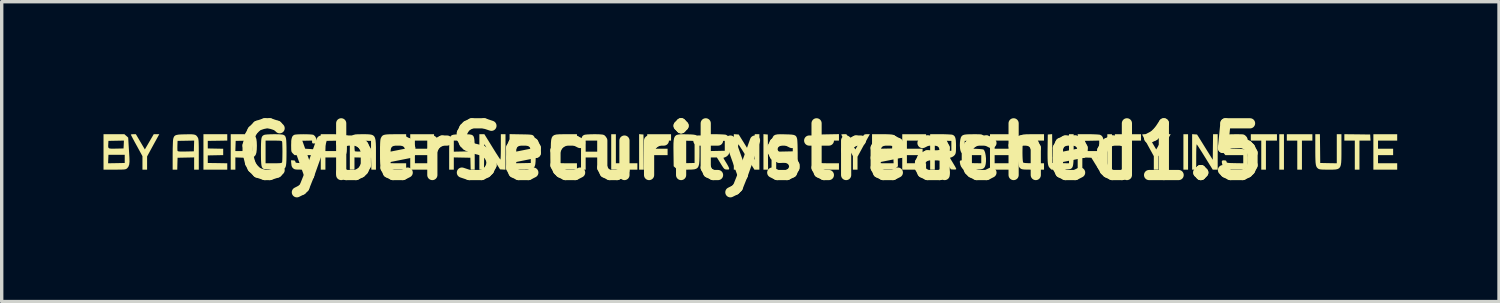
<source format=kicad_pcb>
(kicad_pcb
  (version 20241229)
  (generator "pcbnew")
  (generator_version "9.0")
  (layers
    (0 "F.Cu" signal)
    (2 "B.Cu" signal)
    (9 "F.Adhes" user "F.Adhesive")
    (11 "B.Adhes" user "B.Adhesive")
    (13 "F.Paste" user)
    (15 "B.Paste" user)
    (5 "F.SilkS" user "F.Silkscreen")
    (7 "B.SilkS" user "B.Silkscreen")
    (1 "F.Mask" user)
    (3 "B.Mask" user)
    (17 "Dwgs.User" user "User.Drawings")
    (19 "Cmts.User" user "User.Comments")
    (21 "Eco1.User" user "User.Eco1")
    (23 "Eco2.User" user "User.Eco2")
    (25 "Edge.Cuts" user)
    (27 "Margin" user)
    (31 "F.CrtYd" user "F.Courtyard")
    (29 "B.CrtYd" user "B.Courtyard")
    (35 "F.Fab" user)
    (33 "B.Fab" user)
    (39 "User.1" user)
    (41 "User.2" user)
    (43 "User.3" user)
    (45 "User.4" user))
  (footprint "CyberSecuritystreached1.5"
    (layer "F.Cu")
    (at 19.05 1.418)
    (property "Reference" "CyberSecuritystreached1.5" (at 0 0 0) (layer "F.SilkS") (effects (font (size 1.524 1.524) (thickness 0.3))))
    (attr board_only exclude_from_pos_files exclude_from_bom)
    (fp_poly (pts (xy 10.663 0.531) (xy 10.526 0.531) (xy 10.526 -0.513) (xy 10.663 -0.513)) (stroke (width 0) (type solid)) (fill yes) (layer "F.SilkS"))
    (fp_poly (pts (xy 12.905 0.531) (xy 12.768 0.531) (xy 12.768 -0.513) (xy 12.905 -0.513)) (stroke (width 0) (type solid)) (fill yes) (layer "F.SilkS"))
    (fp_poly (pts (xy 15.73 0.531) (xy 15.593 0.531) (xy 15.593 -0.513) (xy 15.73 -0.513)) (stroke (width 0) (type solid)) (fill yes) (layer "F.SilkS"))
    (fp_poly (pts (xy -3.954 0.342) (xy -3.32 0.342) (xy -3.32 0.531) (xy -4.091 0.531) (xy -4.091 -0.513) (xy -3.954 -0.513)) (stroke (width 0) (type solid)) (fill yes) (layer "F.SilkS"))
    (fp_poly (pts (xy -3.205 -0.51) (xy -3.141 -0.505) (xy -3.136 0.013) (xy -3.132 0.531) (xy -3.269 0.531) (xy -3.269 -0.516)) (stroke (width 0) (type solid)) (fill yes) (layer "F.SilkS"))
    (fp_poly (pts (xy 0.458 -0.51) (xy 0.522 -0.505) (xy 0.527 0.013) (xy 0.531 0.531) (xy 0.394 0.531) (xy 0.394 -0.516)) (stroke (width 0) (type solid)) (fill yes) (layer "F.SilkS"))
    (fp_poly (pts (xy 11.519 -0.325) (xy 11.194 -0.325) (xy 11.194 0.531) (xy 11.057 0.531) (xy 11.057 -0.325) (xy 10.749 -0.325) (xy 10.749 -0.513) (xy 11.519 -0.513)) (stroke (width 0) (type solid)) (fill yes) (layer "F.SilkS"))
    (fp_poly (pts (xy 15.524 -0.325) (xy 15.199 -0.325) (xy 15.199 0.531) (xy 15.062 0.531) (xy 15.062 -0.325) (xy 14.754 -0.325) (xy 14.754 -0.513) (xy 15.524 -0.513)) (stroke (width 0) (type solid)) (fill yes) (layer "F.SilkS"))
    (fp_poly (pts (xy 16.568 -0.325) (xy 16.26 -0.325) (xy 16.26 0.531) (xy 16.123 0.531) (xy 16.123 -0.325) (xy 15.815 -0.325) (xy 15.815 -0.513) (xy 16.568 -0.513)) (stroke (width 0) (type solid)) (fill yes) (layer "F.SilkS"))
    (fp_poly (pts (xy -2.328 -0.325) (xy -2.893 -0.325) (xy -2.893 -0.086) (xy -2.43 -0.086) (xy -2.43 0.103) (xy -2.893 0.103) (xy -2.893 0.531) (xy -3.03 0.531) (xy -3.03 -0.513) (xy -2.328 -0.513)) (stroke (width 0) (type solid)) (fill yes) (layer "F.SilkS"))
    (fp_poly (pts (xy 17.89 -0.51) (xy 18.271 -0.505) (xy 18.276 -0.415) (xy 18.282 -0.325) (xy 17.955 -0.325) (xy 17.955 0.531) (xy 17.818 0.531) (xy 17.818 -0.325) (xy 17.51 -0.325) (xy 17.51 -0.514)) (stroke (width 0) (type solid)) (fill yes) (layer "F.SilkS"))
    (fp_poly (pts (xy -9.311 -0.325) (xy -9.876 -0.325) (xy -9.876 -0.086) (xy -9.431 -0.086) (xy -9.431 0.103) (xy -9.876 0.103) (xy -9.876 0.342) (xy -9.311 0.342) (xy -9.311 0.531) (xy -10.013 0.531) (xy -10.013 -0.513) (xy -9.311 -0.513)) (stroke (width 0) (type solid)) (fill yes) (layer "F.SilkS"))
    (fp_poly (pts (xy 5.186 -0.325) (xy 4.621 -0.325) (xy 4.621 -0.086) (xy 5.083 -0.086) (xy 5.083 0.103) (xy 4.621 0.103) (xy 4.621 0.342) (xy 5.186 0.342) (xy 5.186 0.531) (xy 4.484 0.531) (xy 4.484 -0.513) (xy 5.186 -0.513)) (stroke (width 0) (type solid)) (fill yes) (layer "F.SilkS"))
    (fp_poly (pts (xy 7.771 -0.325) (xy 7.206 -0.325) (xy 7.206 -0.086) (xy 7.668 -0.086) (xy 7.668 0.103) (xy 7.206 0.103) (xy 7.206 0.342) (xy 7.771 0.342) (xy 7.771 0.531) (xy 7.069 0.531) (xy 7.069 -0.513) (xy 7.771 -0.513)) (stroke (width 0) (type solid)) (fill yes) (layer "F.SilkS"))
    (fp_poly (pts (xy 19.067 -0.325) (xy 18.502 -0.325) (xy 18.502 -0.086) (xy 18.947 -0.086) (xy 18.947 0.103) (xy 18.502 0.103) (xy 18.502 0.342) (xy 19.067 0.342) (xy 19.067 0.531) (xy 18.365 0.531) (xy 18.365 -0.513) (xy 19.067 -0.513)) (stroke (width 0) (type solid)) (fill yes) (layer "F.SilkS"))
    (fp_poly (pts (xy -15.404 -0.326) (xy -15.691 -0.321) (xy -15.978 -0.317) (xy -15.978 -0.094) (xy -15.524 -0.085) (xy -15.524 0.102) (xy -15.978 0.111) (xy -15.978 0.334) (xy -15.691 0.338) (xy -15.404 0.343) (xy -15.404 0.531) (xy -16.106 0.531) (xy -16.106 -0.513) (xy -15.404 -0.513)) (stroke (width 0) (type solid)) (fill yes) (layer "F.SilkS"))
    (fp_poly (pts (xy -17.832 -0.065) (xy -17.571 -0.513) (xy -17.407 -0.513) (xy -17.457 -0.424) (xy -17.483 -0.376) (xy -17.521 -0.307) (xy -17.567 -0.224) (xy -17.616 -0.134) (xy -17.637 -0.096) (xy -17.766 0.142) (xy -17.766 0.531) (xy -17.903 0.531) (xy -17.903 0.133) (xy -18.074 -0.18) (xy -18.126 -0.274) (xy -18.171 -0.357) (xy -18.207 -0.426) (xy -18.233 -0.476) (xy -18.245 -0.501) (xy -18.246 -0.503) (xy -18.23 -0.509) (xy -18.192 -0.513) (xy -18.171 -0.513) (xy -18.096 -0.513)) (stroke (width 0) (type solid)) (fill yes) (layer "F.SilkS"))
    (fp_poly (pts (xy -7.6 -0.145) (xy -7.538 -0.044) (xy -7.481 0.047) (xy -7.431 0.124) (xy -7.393 0.183) (xy -7.367 0.221) (xy -7.358 0.232) (xy -7.353 0.219) (xy -7.349 0.176) (xy -7.346 0.107) (xy -7.344 0.017) (xy -7.343 -0.09) (xy -7.343 -0.136) (xy -7.343 -0.513) (xy -7.206 -0.513) (xy -7.206 0.532) (xy -7.286 0.527) (xy -7.367 0.522) (xy -7.831 -0.223) (xy -7.835 0.154) (xy -7.84 0.531) (xy -7.976 0.531) (xy -7.976 -0.513) (xy -7.828 -0.513)) (stroke (width 0) (type solid)) (fill yes) (layer "F.SilkS"))
    (fp_poly (pts (xy 11.967 -0.065) (xy 12.228 -0.513) (xy 12.392 -0.513) (xy 12.342 -0.424) (xy 12.316 -0.376) (xy 12.278 -0.307) (xy 12.232 -0.224) (xy 12.183 -0.134) (xy 12.162 -0.096) (xy 12.032 0.142) (xy 12.032 0.531) (xy 11.896 0.531) (xy 11.896 0.133) (xy 11.724 -0.18) (xy 11.673 -0.274) (xy 11.628 -0.357) (xy 11.592 -0.426) (xy 11.566 -0.476) (xy 11.554 -0.501) (xy 11.553 -0.503) (xy 11.569 -0.509) (xy 11.607 -0.513) (xy 11.628 -0.513) (xy 11.703 -0.513)) (stroke (width 0) (type solid)) (fill yes) (layer "F.SilkS"))
    (fp_poly (pts (xy 13.098 -0.51) (xy 13.17 -0.505) (xy 13.402 -0.132) (xy 13.633 0.24) (xy 13.637 -0.137) (xy 13.642 -0.513) (xy 13.778 -0.513) (xy 13.778 0.531) (xy 13.632 0.531) (xy 13.404 0.163) (xy 13.341 0.062) (xy 13.284 -0.029) (xy 13.234 -0.106) (xy 13.196 -0.166) (xy 13.17 -0.203) (xy 13.161 -0.215) (xy 13.156 -0.202) (xy 13.152 -0.158) (xy 13.148 -0.087) (xy 13.146 0.008) (xy 13.145 0.122) (xy 13.145 0.153) (xy 13.145 0.531) (xy 13.025 0.531) (xy 13.025 -0.515)) (stroke (width 0) (type solid)) (fill yes) (layer "F.SilkS"))
    (fp_poly (pts (xy -0.407 -0.51) (xy -0.334 -0.505) (xy -0.103 -0.133) (xy 0.128 0.239) (xy 0.133 -0.137) (xy 0.138 -0.513) (xy 0.274 -0.513) (xy 0.274 0.531) (xy 0.201 0.531) (xy 0.128 0.531) (xy -0.1 0.163) (xy -0.163 0.062) (xy -0.22 -0.029) (xy -0.27 -0.106) (xy -0.309 -0.166) (xy -0.334 -0.203) (xy -0.344 -0.215) (xy -0.349 -0.202) (xy -0.353 -0.158) (xy -0.356 -0.087) (xy -0.358 0.008) (xy -0.359 0.122) (xy -0.359 0.153) (xy -0.359 0.531) (xy -0.479 0.531) (xy -0.479 -0.515)) (stroke (width 0) (type solid)) (fill yes) (layer "F.SilkS"))
    (fp_poly (pts (xy 2.97 -0.289) (xy 3.102 -0.065) (xy 3.194 -0.222) (xy 3.237 -0.296) (xy 3.277 -0.366) (xy 3.31 -0.423) (xy 3.323 -0.446) (xy 3.348 -0.487) (xy 3.373 -0.506) (xy 3.411 -0.513) (xy 3.445 -0.513) (xy 3.529 -0.513) (xy 3.479 -0.424) (xy 3.453 -0.377) (xy 3.415 -0.307) (xy 3.369 -0.224) (xy 3.32 -0.134) (xy 3.298 -0.093) (xy 3.166 0.149) (xy 3.166 0.531) (xy 3.03 0.531) (xy 3.03 0.131) (xy 2.858 -0.182) (xy 2.807 -0.276) (xy 2.762 -0.36) (xy 2.726 -0.428) (xy 2.7 -0.477) (xy 2.688 -0.502) (xy 2.687 -0.505) (xy 2.702 -0.51) (xy 2.741 -0.513) (xy 2.763 -0.513) (xy 2.838 -0.513)) (stroke (width 0) (type solid)) (fill yes) (layer "F.SilkS"))
    (fp_poly (pts (xy 8.904 -0.091) (xy 8.909 0.334) (xy 9.153 0.339) (xy 9.397 0.343) (xy 9.397 -0.513) (xy 9.534 -0.513) (xy 9.534 -0.067) (xy 9.533 0.084) (xy 9.531 0.204) (xy 9.528 0.298) (xy 9.521 0.369) (xy 9.512 0.421) (xy 9.499 0.457) (xy 9.481 0.483) (xy 9.458 0.501) (xy 9.438 0.511) (xy 9.402 0.519) (xy 9.337 0.525) (xy 9.249 0.529) (xy 9.14 0.531) (xy 9.138 0.531) (xy 8.881 0.531) (xy 8.832 0.482) (xy 8.811 0.458) (xy 8.795 0.429) (xy 8.783 0.392) (xy 8.774 0.341) (xy 8.769 0.274) (xy 8.766 0.186) (xy 8.765 0.073) (xy 8.766 -0.069) (xy 8.767 -0.128) (xy 8.772 -0.505) (xy 8.836 -0.51) (xy 8.9 -0.516)) (stroke (width 0) (type solid)) (fill yes) (layer "F.SilkS"))
    (fp_poly (pts (xy 16.795 -0.09) (xy 16.799 0.334) (xy 17.043 0.339) (xy 17.287 0.343) (xy 17.287 -0.513) (xy 17.424 -0.513) (xy 17.424 -0.068) (xy 17.424 0.091) (xy 17.422 0.219) (xy 17.417 0.319) (xy 17.406 0.395) (xy 17.386 0.451) (xy 17.357 0.488) (xy 17.315 0.512) (xy 17.259 0.525) (xy 17.186 0.53) (xy 17.095 0.531) (xy 17.039 0.531) (xy 16.934 0.53) (xy 16.858 0.528) (xy 16.805 0.523) (xy 16.77 0.516) (xy 16.746 0.506) (xy 16.741 0.503) (xy 16.716 0.482) (xy 16.696 0.458) (xy 16.681 0.426) (xy 16.67 0.382) (xy 16.662 0.322) (xy 16.658 0.242) (xy 16.655 0.138) (xy 16.654 0.005) (xy 16.654 -0.076) (xy 16.654 -0.513) (xy 16.79 -0.513)) (stroke (width 0) (type solid)) (fill yes) (layer "F.SilkS"))
    (fp_poly (pts (xy -6.754 -0.51) (xy -6.638 -0.508) (xy -6.551 -0.506) (xy -6.489 -0.502) (xy -6.445 -0.497) (xy -6.417 -0.49) (xy -6.397 -0.481) (xy -6.386 -0.472) (xy -6.364 -0.447) (xy -6.346 -0.413) (xy -6.334 -0.367) (xy -6.325 -0.303) (xy -6.319 -0.218) (xy -6.317 -0.108) (xy -6.316 0.022) (xy -6.316 0.167) (xy -6.319 0.282) (xy -6.327 0.369) (xy -6.345 0.433) (xy -6.375 0.478) (xy -6.42 0.506) (xy -6.484 0.522) (xy -6.569 0.529) (xy -6.68 0.531) (xy -6.765 0.531) (xy -7.086 0.531) (xy -7.086 -0.326) (xy -6.949 -0.326) (xy -6.949 0.343) (xy -6.705 0.339) (xy -6.461 0.334) (xy -6.461 -0.317) (xy -6.705 -0.321) (xy -6.949 -0.326) (xy -7.086 -0.326) (xy -7.086 -0.516)) (stroke (width 0) (type solid)) (fill yes) (layer "F.SilkS"))
    (fp_poly (pts (xy -12.24 -0.513) (xy -12.147 -0.51) (xy -12.07 -0.506) (xy -12.015 -0.501) (xy -11.991 -0.497) (xy -11.946 -0.471) (xy -11.914 -0.43) (xy -11.893 -0.369) (xy -11.882 -0.284) (xy -11.879 -0.177) (xy -11.88 -0.074) (xy -11.885 0.000283) (xy -11.896 0.054) (xy -11.914 0.094) (xy -11.941 0.127) (xy -11.949 0.135) (xy -11.966 0.149) (xy -11.987 0.159) (xy -12.018 0.165) (xy -12.064 0.169) (xy -12.131 0.171) (xy -12.226 0.171) (xy -12.25 0.171) (xy -12.512 0.171) (xy -12.512 0.531) (xy -12.649 0.531) (xy -12.649 -0.017) (xy -12.513 -0.017) (xy -12.015 -0.017) (xy -12.015 -0.326) (xy -12.259 -0.321) (xy -12.503 -0.317) (xy -12.508 -0.167) (xy -12.513 -0.017) (xy -12.649 -0.017) (xy -12.649 -0.513) (xy -12.342 -0.513)) (stroke (width 0) (type solid)) (fill yes) (layer "F.SilkS"))
    (fp_poly (pts (xy -4.531 -0.513) (xy -4.447 -0.511) (xy -4.378 -0.506) (xy -4.332 -0.5) (xy -4.324 -0.497) (xy -4.297 -0.485) (xy -4.275 -0.468) (xy -4.259 -0.442) (xy -4.247 -0.405) (xy -4.238 -0.351) (xy -4.233 -0.278) (xy -4.229 -0.182) (xy -4.228 -0.058) (xy -4.228 0.076) (xy -4.228 0.531) (xy -4.365 0.531) (xy -4.365 0.171) (xy -4.844 0.171) (xy -4.844 0.531) (xy -4.981 0.531) (xy -4.981 0.076) (xy -4.981 0) (xy -4.844 0) (xy -4.365 0) (xy -4.365 -0.325) (xy -4.844 -0.325) (xy -4.844 0) (xy -4.981 0) (xy -4.98 -0.073) (xy -4.979 -0.191) (xy -4.976 -0.283) (xy -4.97 -0.352) (xy -4.962 -0.403) (xy -4.95 -0.438) (xy -4.934 -0.463) (xy -4.912 -0.48) (xy -4.887 -0.493) (xy -4.852 -0.501) (xy -4.79 -0.507) (xy -4.711 -0.511) (xy -4.622 -0.513)) (stroke (width 0) (type solid)) (fill yes) (layer "F.SilkS"))
    (fp_poly (pts (xy 0.976 -0.512) (xy 1.035 -0.51) (xy 1.147 -0.507) (xy 1.23 -0.502) (xy 1.289 -0.492) (xy 1.329 -0.476) (xy 1.356 -0.452) (xy 1.374 -0.418) (xy 1.386 -0.378) (xy 1.391 -0.344) (xy 1.395 -0.281) (xy 1.399 -0.196) (xy 1.401 -0.092) (xy 1.403 0.024) (xy 1.403 0.107) (xy 1.404 0.531) (xy 1.268 0.531) (xy 1.258 0.18) (xy 1.014 0.175) (xy 0.77 0.17) (xy 0.77 0.531) (xy 0.633 0.531) (xy 0.633 0.081) (xy 0.633 -0.078) (xy 0.635 -0.206) (xy 0.641 -0.306) (xy 0.644 -0.326) (xy 0.77 -0.326) (xy 0.77 0.001) (xy 1.014 -0.004) (xy 1.258 -0.009) (xy 1.258 -0.317) (xy 1.014 -0.321) (xy 0.77 -0.326) (xy 0.644 -0.326) (xy 0.652 -0.382) (xy 0.673 -0.437) (xy 0.703 -0.475) (xy 0.747 -0.497) (xy 0.805 -0.509) (xy 0.881 -0.513)) (stroke (width 0) (type solid)) (fill yes) (layer "F.SilkS"))
    (fp_poly (pts (xy -1.86 -0.51) (xy -1.754 -0.508) (xy -1.671 -0.502) (xy -1.607 -0.491) (xy -1.561 -0.469) (xy -1.528 -0.433) (xy -1.507 -0.379) (xy -1.496 -0.305) (xy -1.491 -0.206) (xy -1.489 -0.078) (xy -1.489 0.009) (xy -1.49 0.156) (xy -1.493 0.272) (xy -1.501 0.362) (xy -1.518 0.428) (xy -1.545 0.474) (xy -1.586 0.504) (xy -1.642 0.521) (xy -1.718 0.528) (xy -1.814 0.53) (xy -1.876 0.531) (xy -2.139 0.531) (xy -2.195 0.481) (xy -2.251 0.431) (xy -2.256 0.037) (xy -2.258 -0.116) (xy -2.257 -0.237) (xy -2.251 -0.326) (xy -2.122 -0.326) (xy -2.122 0.343) (xy -1.878 0.339) (xy -1.635 0.334) (xy -1.635 -0.317) (xy -1.878 -0.321) (xy -2.122 -0.326) (xy -2.251 -0.326) (xy -2.251 -0.331) (xy -2.237 -0.402) (xy -2.213 -0.451) (xy -2.177 -0.484) (xy -2.125 -0.502) (xy -2.056 -0.511) (xy -1.967 -0.512)) (stroke (width 0) (type solid)) (fill yes) (layer "F.SilkS"))
    (fp_poly (pts (xy 10.062 -0.513) (xy 10.155 -0.51) (xy 10.232 -0.506) (xy 10.287 -0.501) (xy 10.311 -0.497) (xy 10.356 -0.471) (xy 10.388 -0.431) (xy 10.409 -0.371) (xy 10.42 -0.287) (xy 10.424 -0.174) (xy 10.424 -0.174) (xy 10.422 -0.073) (xy 10.416 -0.001) (xy 10.406 0.051) (xy 10.396 0.079) (xy 10.37 0.126) (xy 10.341 0.152) (xy 10.297 0.167) (xy 10.283 0.17) (xy 10.234 0.18) (xy 10.329 0.331) (xy 10.368 0.396) (xy 10.4 0.452) (xy 10.419 0.492) (xy 10.424 0.506) (xy 10.412 0.523) (xy 10.374 0.53) (xy 10.349 0.531) (xy 10.274 0.531) (xy 10.056 0.18) (xy 9.79 0.17) (xy 9.79 0.531) (xy 9.653 0.531) (xy 9.653 -0.017) (xy 9.789 -0.017) (xy 10.287 -0.017) (xy 10.287 -0.326) (xy 10.043 -0.321) (xy 9.799 -0.317) (xy 9.794 -0.167) (xy 9.789 -0.017) (xy 9.653 -0.017) (xy 9.653 -0.513) (xy 9.96 -0.513)) (stroke (width 0) (type solid)) (fill yes) (layer "F.SilkS"))
    (fp_poly (pts (xy -18.379 -0.464) (xy -18.323 -0.414) (xy -18.31 -0.194) (xy -18.304 -0.092) (xy -18.297 0.015) (xy -18.291 0.113) (xy -18.287 0.178) (xy -18.284 0.293) (xy -18.293 0.381) (xy -18.317 0.445) (xy -18.355 0.492) (xy -18.36 0.495) (xy -18.377 0.508) (xy -18.399 0.517) (xy -18.428 0.523) (xy -18.472 0.527) (xy -18.534 0.529) (xy -18.621 0.53) (xy -18.727 0.531) (xy -19.05 0.531) (xy -19.05 0.343) (xy -18.915 0.343) (xy -18.67 0.339) (xy -18.425 0.334) (xy -18.425 0.094) (xy -18.905 0.094) (xy -18.91 0.219) (xy -18.915 0.343) (xy -19.05 0.343) (xy -19.05 -0.169) (xy -18.913 -0.169) (xy -18.91 -0.131) (xy -18.898 -0.106) (xy -18.87 -0.093) (xy -18.822 -0.088) (xy -18.748 -0.088) (xy -18.678 -0.089) (xy -18.46 -0.094) (xy -18.454 -0.21) (xy -18.449 -0.326) (xy -18.905 -0.317) (xy -18.91 -0.225) (xy -18.913 -0.169) (xy -19.05 -0.169) (xy -19.05 -0.513) (xy -18.434 -0.513)) (stroke (width 0) (type solid)) (fill yes) (layer "F.SilkS"))
    (fp_poly (pts (xy -14.893 -0.513) (xy -14.8 -0.51) (xy -14.723 -0.506) (xy -14.668 -0.501) (xy -14.644 -0.497) (xy -14.599 -0.471) (xy -14.567 -0.431) (xy -14.546 -0.371) (xy -14.535 -0.287) (xy -14.531 -0.174) (xy -14.531 -0.174) (xy -14.535 -0.056) (xy -14.546 0.033) (xy -14.568 0.097) (xy -14.602 0.139) (xy -14.65 0.165) (xy -14.69 0.175) (xy -14.702 0.181) (xy -14.701 0.198) (xy -14.686 0.23) (xy -14.656 0.283) (xy -14.626 0.331) (xy -14.587 0.396) (xy -14.555 0.452) (xy -14.536 0.492) (xy -14.531 0.506) (xy -14.543 0.523) (xy -14.581 0.53) (xy -14.607 0.531) (xy -14.682 0.531) (xy -14.791 0.355) (xy -14.901 0.18) (xy -15.033 0.175) (xy -15.165 0.17) (xy -15.165 0.531) (xy -15.302 0.531) (xy -15.302 -0.017) (xy -15.166 -0.017) (xy -14.668 -0.017) (xy -14.668 -0.326) (xy -14.912 -0.321) (xy -15.156 -0.317) (xy -15.161 -0.167) (xy -15.166 -0.017) (xy -15.302 -0.017) (xy -15.302 -0.513) (xy -14.995 -0.513)) (stroke (width 0) (type solid)) (fill yes) (layer "F.SilkS"))
    (fp_poly (pts (xy -11.417 -0.513) (xy -11.313 -0.513) (xy -11.229 -0.51) (xy -11.163 -0.501) (xy -11.112 -0.483) (xy -11.076 -0.452) (xy -11.051 -0.405) (xy -11.035 -0.339) (xy -11.027 -0.25) (xy -11.023 -0.135) (xy -11.023 0.009) (xy -11.023 0.09) (xy -11.023 0.531) (xy -11.158 0.531) (xy -11.163 0.355) (xy -11.168 0.18) (xy -11.412 0.175) (xy -11.656 0.17) (xy -11.656 0.531) (xy -11.793 0.531) (xy -11.793 0.094) (xy -11.793 -0.066) (xy -11.791 -0.196) (xy -11.785 -0.297) (xy -11.781 -0.326) (xy -11.656 -0.326) (xy -11.656 -0.174) (xy -11.655 -0.105) (xy -11.651 -0.05) (xy -11.646 -0.016) (xy -11.644 -0.011) (xy -11.623 -0.007) (xy -11.575 -0.004) (xy -11.506 -0.003) (xy -11.423 -0.003) (xy -11.4 -0.004) (xy -11.168 -0.009) (xy -11.168 -0.317) (xy -11.412 -0.321) (xy -11.656 -0.326) (xy -11.781 -0.326) (xy -11.774 -0.374) (xy -11.755 -0.431) (xy -11.726 -0.469) (xy -11.685 -0.493) (xy -11.63 -0.507) (xy -11.56 -0.512) (xy -11.471 -0.513)) (stroke (width 0) (type solid)) (fill yes) (layer "F.SilkS"))
    (fp_poly (pts (xy -8.333 -0.512) (xy -8.263 -0.507) (xy -8.216 -0.499) (xy -8.209 -0.497) (xy -8.182 -0.485) (xy -8.161 -0.468) (xy -8.144 -0.442) (xy -8.132 -0.405) (xy -8.123 -0.351) (xy -8.118 -0.278) (xy -8.115 -0.182) (xy -8.113 -0.058) (xy -8.113 0.076) (xy -8.113 0.531) (xy -8.232 0.531) (xy -8.241 0.18) (xy -8.485 0.175) (xy -8.729 0.17) (xy -8.729 0.531) (xy -8.866 0.531) (xy -8.866 0.088) (xy -8.866 0.001) (xy -8.729 0.001) (xy -8.485 -0.004) (xy -8.241 -0.009) (xy -8.236 -0.128) (xy -8.233 -0.203) (xy -8.234 -0.256) (xy -8.244 -0.291) (xy -8.268 -0.312) (xy -8.31 -0.322) (xy -8.377 -0.325) (xy -8.472 -0.325) (xy -8.49 -0.325) (xy -8.729 -0.325) (xy -8.729 0.001) (xy -8.866 0.001) (xy -8.866 -0.062) (xy -8.864 -0.182) (xy -8.861 -0.276) (xy -8.855 -0.347) (xy -8.846 -0.398) (xy -8.834 -0.435) (xy -8.817 -0.461) (xy -8.796 -0.479) (xy -8.779 -0.488) (xy -8.743 -0.498) (xy -8.681 -0.506) (xy -8.6 -0.511) (xy -8.51 -0.514) (xy -8.418 -0.514)) (stroke (width 0) (type solid)) (fill yes) (layer "F.SilkS"))
    (fp_poly (pts (xy -5.101 -0.325) (xy -5.397 -0.325) (xy -5.52 -0.324) (xy -5.611 -0.321) (xy -5.673 -0.316) (xy -5.706 -0.309) (xy -5.713 -0.305) (xy -5.722 -0.282) (xy -5.728 -0.233) (xy -5.732 -0.155) (xy -5.734 -0.046) (xy -5.734 0.009) (xy -5.733 0.131) (xy -5.73 0.222) (xy -5.725 0.283) (xy -5.717 0.316) (xy -5.713 0.322) (xy -5.691 0.33) (xy -5.642 0.336) (xy -5.565 0.34) (xy -5.456 0.342) (xy -5.397 0.342) (xy -5.101 0.342) (xy -5.101 0.531) (xy -5.422 0.531) (xy -5.539 0.53) (xy -5.626 0.529) (xy -5.689 0.526) (xy -5.733 0.521) (xy -5.762 0.513) (xy -5.782 0.504) (xy -5.783 0.503) (xy -5.811 0.48) (xy -5.832 0.452) (xy -5.847 0.414) (xy -5.858 0.361) (xy -5.865 0.29) (xy -5.869 0.195) (xy -5.871 0.073) (xy -5.871 0.009) (xy -5.871 -0.139) (xy -5.868 -0.255) (xy -5.86 -0.345) (xy -5.843 -0.411) (xy -5.815 -0.457) (xy -5.772 -0.487) (xy -5.712 -0.504) (xy -5.63 -0.511) (xy -5.525 -0.513) (xy -5.422 -0.513) (xy -5.101 -0.513)) (stroke (width 0) (type solid)) (fill yes) (layer "F.SilkS"))
    (fp_poly (pts (xy 4.015 -0.513) (xy 4.107 -0.51) (xy 4.175 -0.504) (xy 4.224 -0.494) (xy 4.257 -0.48) (xy 4.281 -0.459) (xy 4.297 -0.44) (xy 4.308 -0.405) (xy 4.319 -0.342) (xy 4.329 -0.253) (xy 4.338 -0.145) (xy 4.346 -0.021) (xy 4.351 0.114) (xy 4.353 0.237) (xy 4.356 0.431) (xy 4.244 0.531) (xy 3.594 0.531) (xy 3.594 0.253) (xy 3.733 0.253) (xy 3.735 0.3) (xy 3.738 0.319) (xy 3.75 0.329) (xy 3.778 0.335) (xy 3.828 0.34) (xy 3.904 0.342) (xy 3.988 0.342) (xy 4.229 0.342) (xy 4.224 0.218) (xy 4.219 0.094) (xy 3.74 0.094) (xy 3.735 0.195) (xy 3.733 0.253) (xy 3.594 0.253) (xy 3.594 -0.169) (xy 3.732 -0.169) (xy 3.734 -0.131) (xy 3.747 -0.106) (xy 3.774 -0.093) (xy 3.823 -0.088) (xy 3.896 -0.088) (xy 3.966 -0.089) (xy 4.185 -0.094) (xy 4.19 -0.21) (xy 4.195 -0.326) (xy 3.967 -0.321) (xy 3.74 -0.317) (xy 3.735 -0.225) (xy 3.732 -0.169) (xy 3.594 -0.169) (xy 3.594 -0.513) (xy 3.893 -0.513)) (stroke (width 0) (type solid)) (fill yes) (layer "F.SilkS"))
    (fp_poly (pts (xy 5.715 -0.513) (xy 5.808 -0.51) (xy 5.884 -0.506) (xy 5.939 -0.502) (xy 5.963 -0.497) (xy 6.003 -0.477) (xy 6.031 -0.446) (xy 6.05 -0.401) (xy 6.062 -0.336) (xy 6.067 -0.245) (xy 6.068 -0.169) (xy 6.067 -0.077) (xy 6.065 -0.012) (xy 6.06 0.033) (xy 6.051 0.063) (xy 6.038 0.088) (xy 6.032 0.097) (xy 5.992 0.136) (xy 5.946 0.162) (xy 5.946 0.162) (xy 5.91 0.174) (xy 5.891 0.181) (xy 5.891 0.181) (xy 5.897 0.196) (xy 5.918 0.234) (xy 5.951 0.288) (xy 5.981 0.338) (xy 6.02 0.403) (xy 6.052 0.459) (xy 6.071 0.498) (xy 6.076 0.512) (xy 6.061 0.525) (xy 6.015 0.528) (xy 5.997 0.527) (xy 5.917 0.522) (xy 5.807 0.347) (xy 5.697 0.171) (xy 5.443 0.171) (xy 5.443 0.531) (xy 5.306 0.531) (xy 5.306 -0.326) (xy 5.443 -0.326) (xy 5.443 -0.016) (xy 5.687 -0.021) (xy 5.931 -0.026) (xy 5.931 -0.317) (xy 5.687 -0.321) (xy 5.443 -0.326) (xy 5.306 -0.326) (xy 5.306 -0.513) (xy 5.613 -0.513)) (stroke (width 0) (type solid)) (fill yes) (layer "F.SilkS"))
    (fp_poly (pts (xy 8.661 -0.325) (xy 8.365 -0.325) (xy 8.241 -0.324) (xy 8.15 -0.321) (xy 8.089 -0.316) (xy 8.055 -0.309) (xy 8.048 -0.305) (xy 8.04 -0.28) (xy 8.034 -0.228) (xy 8.029 -0.156) (xy 8.027 -0.071) (xy 8.026 0.021) (xy 8.027 0.111) (xy 8.03 0.194) (xy 8.035 0.261) (xy 8.042 0.306) (xy 8.048 0.322) (xy 8.07 0.33) (xy 8.119 0.336) (xy 8.197 0.34) (xy 8.305 0.342) (xy 8.365 0.342) (xy 8.661 0.342) (xy 8.661 0.531) (xy 8.339 0.531) (xy 8.223 0.53) (xy 8.135 0.529) (xy 8.072 0.526) (xy 8.029 0.521) (xy 7.999 0.513) (xy 7.979 0.504) (xy 7.978 0.503) (xy 7.951 0.48) (xy 7.929 0.452) (xy 7.914 0.414) (xy 7.903 0.361) (xy 7.896 0.29) (xy 7.892 0.195) (xy 7.891 0.073) (xy 7.89 0.009) (xy 7.891 -0.139) (xy 7.893 -0.255) (xy 7.901 -0.345) (xy 7.918 -0.411) (xy 7.946 -0.457) (xy 7.989 -0.487) (xy 8.049 -0.504) (xy 8.131 -0.511) (xy 8.236 -0.513) (xy 8.339 -0.513) (xy 8.661 -0.513)) (stroke (width 0) (type solid)) (fill yes) (layer "F.SilkS"))
    (fp_poly (pts (xy -0.96 -0.513) (xy -0.868 -0.51) (xy -0.791 -0.506) (xy -0.736 -0.502) (xy -0.712 -0.497) (xy -0.673 -0.477) (xy -0.644 -0.446) (xy -0.625 -0.401) (xy -0.614 -0.336) (xy -0.608 -0.245) (xy -0.608 -0.169) (xy -0.608 -0.077) (xy -0.61 -0.012) (xy -0.615 0.033) (xy -0.624 0.063) (xy -0.637 0.088) (xy -0.644 0.097) (xy -0.683 0.136) (xy -0.729 0.162) (xy -0.729 0.162) (xy -0.766 0.175) (xy -0.785 0.183) (xy -0.779 0.198) (xy -0.759 0.235) (xy -0.727 0.289) (xy -0.704 0.325) (xy -0.666 0.389) (xy -0.636 0.445) (xy -0.619 0.486) (xy -0.616 0.498) (xy -0.621 0.52) (xy -0.64 0.528) (xy -0.684 0.528) (xy -0.688 0.527) (xy -0.719 0.524) (xy -0.743 0.517) (xy -0.766 0.5) (xy -0.791 0.469) (xy -0.825 0.418) (xy -0.869 0.347) (xy -0.978 0.171) (xy -1.232 0.171) (xy -1.232 0.531) (xy -1.369 0.531) (xy -1.369 -0.326) (xy -1.232 -0.326) (xy -1.232 -0.016) (xy -0.745 -0.026) (xy -0.745 -0.317) (xy -0.988 -0.321) (xy -1.232 -0.326) (xy -1.369 -0.326) (xy -1.369 -0.513) (xy -1.062 -0.513)) (stroke (width 0) (type solid)) (fill yes) (layer "F.SilkS"))
    (fp_poly (pts (xy 2.619 -0.325) (xy 2.323 -0.325) (xy 2.199 -0.324) (xy 2.108 -0.321) (xy 2.047 -0.316) (xy 2.013 -0.309) (xy 2.006 -0.305) (xy 1.998 -0.28) (xy 1.992 -0.228) (xy 1.988 -0.156) (xy 1.985 -0.071) (xy 1.984 0.021) (xy 1.986 0.111) (xy 1.988 0.194) (xy 1.993 0.261) (xy 2 0.306) (xy 2.006 0.322) (xy 2.028 0.33) (xy 2.077 0.336) (xy 2.155 0.34) (xy 2.263 0.342) (xy 2.323 0.342) (xy 2.619 0.342) (xy 2.619 0.531) (xy 2.296 0.531) (xy 2.182 0.53) (xy 2.097 0.529) (xy 2.037 0.527) (xy 1.994 0.523) (xy 1.965 0.516) (xy 1.945 0.507) (xy 1.928 0.496) (xy 1.894 0.455) (xy 1.868 0.402) (xy 1.866 0.397) (xy 1.86 0.356) (xy 1.855 0.288) (xy 1.852 0.199) (xy 1.85 0.098) (xy 1.849 -0.009) (xy 1.85 -0.115) (xy 1.852 -0.212) (xy 1.856 -0.295) (xy 1.862 -0.355) (xy 1.866 -0.378) (xy 1.878 -0.419) (xy 1.894 -0.45) (xy 1.917 -0.472) (xy 1.951 -0.488) (xy 2.003 -0.498) (xy 2.075 -0.504) (xy 2.172 -0.508) (xy 2.287 -0.51) (xy 2.619 -0.516)) (stroke (width 0) (type solid)) (fill yes) (layer "F.SilkS"))
    (fp_poly (pts (xy -16.45 -0.511) (xy -16.39 -0.505) (xy -16.348 -0.494) (xy -16.318 -0.476) (xy -16.294 -0.449) (xy -16.276 -0.423) (xy -16.266 -0.404) (xy -16.258 -0.382) (xy -16.253 -0.352) (xy -16.248 -0.31) (xy -16.246 -0.252) (xy -16.244 -0.173) (xy -16.243 -0.07) (xy -16.243 0.064) (xy -16.243 0.081) (xy -16.243 0.531) (xy -16.38 0.531) (xy -16.38 0.17) (xy -16.624 0.175) (xy -16.868 0.18) (xy -16.873 0.355) (xy -16.877 0.531) (xy -17.013 0.531) (xy -17.013 0.107) (xy -17.012 -0.014) (xy -17.011 -0.114) (xy -16.874 -0.114) (xy -16.873 -0.059) (xy -16.87 -0.026) (xy -16.869 -0.022) (xy -16.858 -0.013) (xy -16.832 -0.007) (xy -16.785 -0.003) (xy -16.713 -0.003) (xy -16.624 -0.004) (xy -16.388 -0.009) (xy -16.384 -0.167) (xy -16.379 -0.326) (xy -16.623 -0.321) (xy -16.868 -0.317) (xy -16.873 -0.181) (xy -16.874 -0.114) (xy -17.011 -0.114) (xy -17.01 -0.126) (xy -17.007 -0.225) (xy -17.004 -0.304) (xy -16.999 -0.358) (xy -16.996 -0.378) (xy -16.981 -0.423) (xy -16.963 -0.455) (xy -16.935 -0.478) (xy -16.893 -0.493) (xy -16.831 -0.503) (xy -16.745 -0.508) (xy -16.645 -0.51) (xy -16.533 -0.512)) (stroke (width 0) (type solid)) (fill yes) (layer "F.SilkS"))
    (fp_poly (pts (xy -10.133 -0.325) (xy -10.429 -0.325) (xy -10.552 -0.324) (xy -10.643 -0.321) (xy -10.705 -0.316) (xy -10.739 -0.309) (xy -10.745 -0.305) (xy -10.753 -0.28) (xy -10.759 -0.228) (xy -10.764 -0.156) (xy -10.766 -0.071) (xy -10.767 0.021) (xy -10.766 0.111) (xy -10.763 0.194) (xy -10.758 0.261) (xy -10.751 0.306) (xy -10.745 0.322) (xy -10.723 0.33) (xy -10.674 0.336) (xy -10.597 0.34) (xy -10.488 0.342) (xy -10.429 0.342) (xy -10.133 0.342) (xy -10.133 0.531) (xy -10.454 0.531) (xy -10.571 0.53) (xy -10.658 0.529) (xy -10.721 0.526) (xy -10.765 0.521) (xy -10.794 0.513) (xy -10.814 0.504) (xy -10.815 0.503) (xy -10.843 0.48) (xy -10.864 0.452) (xy -10.879 0.414) (xy -10.89 0.362) (xy -10.897 0.292) (xy -10.901 0.198) (xy -10.903 0.076) (xy -10.903 0.005) (xy -10.902 -0.118) (xy -10.901 -0.212) (xy -10.898 -0.282) (xy -10.894 -0.333) (xy -10.888 -0.37) (xy -10.879 -0.397) (xy -10.873 -0.411) (xy -10.854 -0.444) (xy -10.831 -0.47) (xy -10.801 -0.488) (xy -10.758 -0.5) (xy -10.697 -0.508) (xy -10.614 -0.512) (xy -10.503 -0.513) (xy -10.445 -0.513) (xy -10.133 -0.513)) (stroke (width 0) (type solid)) (fill yes) (layer "F.SilkS"))
    (fp_poly (pts (xy -13.962 -0.513) (xy -13.878 -0.511) (xy -13.809 -0.506) (xy -13.763 -0.5) (xy -13.755 -0.497) (xy -13.726 -0.483) (xy -13.703 -0.464) (xy -13.687 -0.435) (xy -13.674 -0.392) (xy -13.666 -0.331) (xy -13.662 -0.248) (xy -13.659 -0.139) (xy -13.658 -0.001) (xy -13.658 0.009) (xy -13.659 0.148) (xy -13.661 0.257) (xy -13.666 0.34) (xy -13.673 0.402) (xy -13.684 0.446) (xy -13.699 0.477) (xy -13.72 0.498) (xy -13.743 0.513) (xy -13.773 0.519) (xy -13.829 0.524) (xy -13.904 0.527) (xy -13.99 0.529) (xy -14.08 0.529) (xy -14.166 0.527) (xy -14.24 0.524) (xy -14.295 0.519) (xy -14.321 0.513) (xy -14.348 0.499) (xy -14.369 0.479) (xy -14.385 0.448) (xy -14.397 0.403) (xy -14.404 0.342) (xy -14.275 0.342) (xy -14.037 0.342) (xy -13.94 0.342) (xy -13.872 0.34) (xy -13.828 0.336) (xy -13.803 0.329) (xy -13.791 0.319) (xy -13.789 0.315) (xy -13.785 0.29) (xy -13.782 0.236) (xy -13.78 0.161) (xy -13.779 0.071) (xy -13.778 0.009) (xy -13.779 -0.087) (xy -13.781 -0.173) (xy -13.783 -0.241) (xy -13.786 -0.285) (xy -13.789 -0.298) (xy -13.798 -0.309) (xy -13.818 -0.317) (xy -13.855 -0.322) (xy -13.914 -0.324) (xy -14 -0.325) (xy -14.037 -0.325) (xy -14.275 -0.325) (xy -14.275 0.342) (xy -14.404 0.342) (xy -14.404 0.34) (xy -14.409 0.254) (xy -14.411 0.142) (xy -14.412 0.009) (xy -14.411 -0.13) (xy -14.409 -0.238) (xy -14.405 -0.321) (xy -14.398 -0.382) (xy -14.387 -0.425) (xy -14.371 -0.455) (xy -14.35 -0.475) (xy -14.322 -0.491) (xy -14.318 -0.493) (xy -14.282 -0.501) (xy -14.221 -0.507) (xy -14.142 -0.511) (xy -14.053 -0.513)) (stroke (width 0) (type solid)) (fill yes) (layer "F.SilkS"))
    (fp_poly (pts (xy 14.398 -0.513) (xy 14.466 -0.512) (xy 14.513 -0.509) (xy 14.545 -0.503) (xy 14.568 -0.492) (xy 14.589 -0.477) (xy 14.602 -0.465) (xy 14.637 -0.427) (xy 14.656 -0.383) (xy 14.664 -0.328) (xy 14.673 -0.24) (xy 14.602 -0.24) (xy 14.557 -0.242) (xy 14.537 -0.252) (xy 14.531 -0.276) (xy 14.531 -0.283) (xy 14.531 -0.326) (xy 14.287 -0.321) (xy 14.044 -0.317) (xy 14.044 -0.094) (xy 14.311 -0.086) (xy 14.427 -0.081) (xy 14.512 -0.075) (xy 14.569 -0.067) (xy 14.601 -0.057) (xy 14.606 -0.054) (xy 14.638 -0.008) (xy 14.658 0.067) (xy 14.667 0.172) (xy 14.666 0.264) (xy 14.663 0.341) (xy 14.658 0.392) (xy 14.65 0.426) (xy 14.635 0.45) (xy 14.613 0.473) (xy 14.604 0.481) (xy 14.548 0.531) (xy 14.284 0.531) (xy 14.183 0.53) (xy 14.11 0.529) (xy 14.059 0.526) (xy 14.025 0.52) (xy 14.002 0.511) (xy 13.982 0.498) (xy 13.975 0.492) (xy 13.941 0.449) (xy 13.917 0.394) (xy 13.915 0.385) (xy 13.901 0.321) (xy 13.9 0.282) (xy 13.913 0.263) (xy 13.943 0.257) (xy 13.965 0.257) (xy 14.01 0.26) (xy 14.031 0.273) (xy 14.038 0.295) (xy 14.042 0.31) (xy 14.05 0.321) (xy 14.07 0.328) (xy 14.106 0.333) (xy 14.163 0.336) (xy 14.247 0.338) (xy 14.287 0.339) (xy 14.531 0.343) (xy 14.531 0.103) (xy 14.004 0.103) (xy 13.961 0.051) (xy 13.923 -0.016) (xy 13.903 -0.107) (xy 13.9 -0.226) (xy 13.904 -0.278) (xy 13.918 -0.374) (xy 13.944 -0.441) (xy 13.985 -0.484) (xy 14.011 -0.497) (xy 14.044 -0.503) (xy 14.103 -0.508) (xy 14.181 -0.512) (xy 14.271 -0.513) (xy 14.301 -0.513)) (stroke (width 0) (type solid)) (fill yes) (layer "F.SilkS"))
    (fp_poly (pts (xy -13.067 -0.512) (xy -12.984 -0.509) (xy -12.916 -0.504) (xy -12.872 -0.497) (xy -12.864 -0.494) (xy -12.82 -0.457) (xy -12.787 -0.398) (xy -12.77 -0.326) (xy -12.768 -0.301) (xy -12.77 -0.262) (xy -12.783 -0.244) (xy -12.816 -0.24) (xy -12.837 -0.24) (xy -12.881 -0.242) (xy -12.901 -0.253) (xy -12.905 -0.279) (xy -12.905 -0.283) (xy -12.905 -0.326) (xy -13.149 -0.321) (xy -13.393 -0.317) (xy -13.393 -0.094) (xy -13.128 -0.086) (xy -13.035 -0.082) (xy -12.953 -0.077) (xy -12.889 -0.071) (xy -12.849 -0.065) (xy -12.839 -0.062) (xy -12.806 -0.021) (xy -12.783 0.051) (xy -12.77 0.151) (xy -12.768 0.219) (xy -12.77 0.319) (xy -12.779 0.395) (xy -12.797 0.45) (xy -12.831 0.488) (xy -12.883 0.512) (xy -12.958 0.525) (xy -13.06 0.53) (xy -13.16 0.531) (xy -13.26 0.53) (xy -13.331 0.529) (xy -13.38 0.526) (xy -13.413 0.52) (xy -13.437 0.51) (xy -13.456 0.496) (xy -13.463 0.491) (xy -13.492 0.459) (xy -13.509 0.419) (xy -13.517 0.357) (xy -13.518 0.354) (xy -13.526 0.257) (xy -13.465 0.257) (xy -13.423 0.261) (xy -13.403 0.277) (xy -13.399 0.295) (xy -13.395 0.31) (xy -13.386 0.321) (xy -13.367 0.328) (xy -13.331 0.333) (xy -13.274 0.336) (xy -13.19 0.338) (xy -13.149 0.339) (xy -12.905 0.343) (xy -12.905 0.103) (xy -13.422 0.103) (xy -13.472 0.053) (xy -13.493 0.03) (xy -13.508 0.008) (xy -13.516 -0.021) (xy -13.52 -0.064) (xy -13.521 -0.128) (xy -13.522 -0.188) (xy -13.519 -0.298) (xy -13.509 -0.38) (xy -13.492 -0.437) (xy -13.464 -0.474) (xy -13.426 -0.497) (xy -13.425 -0.497) (xy -13.388 -0.504) (xy -13.325 -0.509) (xy -13.245 -0.512) (xy -13.156 -0.513)) (stroke (width 0) (type solid)) (fill yes) (layer "F.SilkS"))
    (fp_poly (pts (xy 6.678 -0.513) (xy 6.747 -0.512) (xy 6.794 -0.509) (xy 6.826 -0.503) (xy 6.849 -0.492) (xy 6.87 -0.477) (xy 6.883 -0.465) (xy 6.918 -0.427) (xy 6.937 -0.383) (xy 6.945 -0.328) (xy 6.953 -0.24) (xy 6.883 -0.24) (xy 6.838 -0.242) (xy 6.817 -0.252) (xy 6.812 -0.276) (xy 6.812 -0.283) (xy 6.812 -0.326) (xy 6.568 -0.321) (xy 6.324 -0.317) (xy 6.324 -0.094) (xy 6.59 -0.086) (xy 6.683 -0.082) (xy 6.765 -0.077) (xy 6.829 -0.071) (xy 6.869 -0.065) (xy 6.878 -0.062) (xy 6.905 -0.027) (xy 6.927 0.033) (xy 6.942 0.111) (xy 6.951 0.197) (xy 6.951 0.285) (xy 6.943 0.365) (xy 6.926 0.429) (xy 6.923 0.436) (xy 6.903 0.469) (xy 6.878 0.494) (xy 6.842 0.511) (xy 6.79 0.522) (xy 6.717 0.528) (xy 6.618 0.53) (xy 6.556 0.531) (xy 6.456 0.53) (xy 6.385 0.529) (xy 6.336 0.525) (xy 6.303 0.519) (xy 6.28 0.51) (xy 6.261 0.496) (xy 6.256 0.492) (xy 6.222 0.449) (xy 6.198 0.394) (xy 6.195 0.385) (xy 6.182 0.321) (xy 6.181 0.282) (xy 6.194 0.263) (xy 6.224 0.257) (xy 6.246 0.257) (xy 6.291 0.26) (xy 6.312 0.273) (xy 6.319 0.295) (xy 6.322 0.31) (xy 6.331 0.321) (xy 6.351 0.328) (xy 6.386 0.333) (xy 6.444 0.336) (xy 6.528 0.338) (xy 6.568 0.339) (xy 6.812 0.343) (xy 6.812 0.103) (xy 6.296 0.103) (xy 6.248 0.054) (xy 6.215 0.012) (xy 6.196 -0.041) (xy 6.187 -0.093) (xy 6.181 -0.181) (xy 6.184 -0.271) (xy 6.194 -0.353) (xy 6.211 -0.417) (xy 6.223 -0.44) (xy 6.244 -0.467) (xy 6.273 -0.486) (xy 6.315 -0.5) (xy 6.374 -0.508) (xy 6.456 -0.512) (xy 6.566 -0.513) (xy 6.582 -0.513)) (stroke (width 0) (type solid)) (fill yes) (layer "F.SilkS")))
  (gr_rect
    (start -3 -3)
    (end 41.117 5.836)
    (stroke (width 0.1) (type default))
    (fill no)
    (layer "Edge.Cuts")))
</source>
